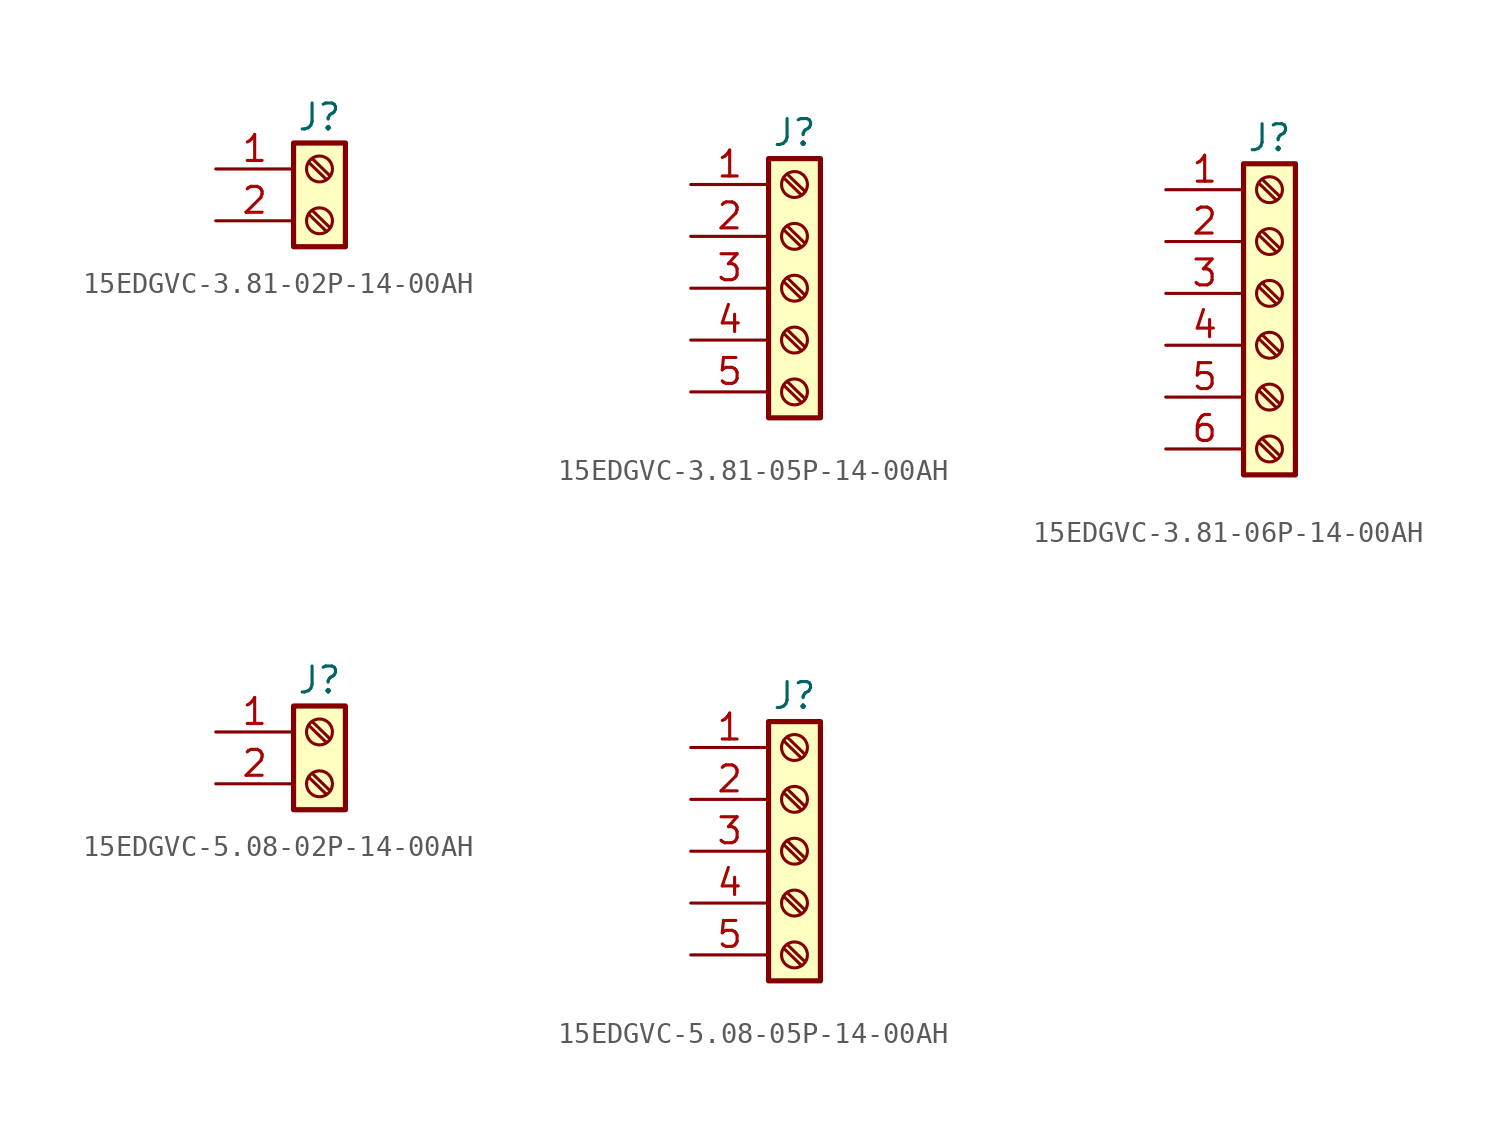
<source format=kicad_sym>
(kicad_symbol_lib
  (version 20220914)
  (generator kicad_symbol_editor)
  (symbol "15EDGVC-3.81-02P-14-00AH"
    (pin_names
      (offset 1.016) hide)
    (property "Reference" "J"
      (at 0 5.08 0)
      (effects (font (size 1.27 1.27))))
    (symbol "15EDGVC-3.81-02P-14-00AH_1_1"
      (rectangle (start -1.27 3.81) (end 1.27 -1.27) (stroke (width 0.254) (type default)) (fill (type background)))
      (polyline (pts (xy -0.533 0.33) (xy 0.33 -0.508)) (stroke (width 0.152) (type default)) (fill (type none)))
      (polyline (pts (xy -0.533 2.87) (xy 0.33 2.032)) (stroke (width 0.152) (type default)) (fill (type none)))
      (polyline (pts (xy -0.356 0.508) (xy 0.508 -0.33)) (stroke (width 0.152) (type default)) (fill (type none)))
      (polyline (pts (xy -0.356 3.048) (xy 0.508 2.21)) (stroke (width 0.152) (type default)) (fill (type none)))
      (circle (center 0 0) (radius 0.635) (stroke (width 0.152) (type default)) (fill (type none)))
      (circle (center 0 2.54) (radius 0.635) (stroke (width 0.152) (type default)) (fill (type none)))
      (pin passive line (at -5.08 2.54 0) (length 3.81) (name "Pin_1" (effects (font (size 1.27 1.27)))) (number "1" (effects (font (size 1.27 1.27)))))
      (pin passive line (at -5.08 0 0) (length 3.81) (name "Pin_2" (effects (font (size 1.27 1.27)))) (number "2" (effects (font (size 1.27 1.27)))))))
  (symbol "15EDGVC-3.81-05P-14-00AH"
    (pin_names
      (offset 1.016) hide)
    (property "Reference" "J"
      (at 0 5.08 0)
      (effects (font (size 1.27 1.27))))
    (symbol "15EDGVC-3.81-05P-14-00AH_1_1"
      (rectangle (start -1.27 3.81) (end 1.27 -8.89) (stroke (width 0.254) (type default)) (fill (type background)))
      (circle (center 0 -7.62) (radius 0.635) (stroke (width 0.152) (type default)) (fill (type none)))
      (circle (center 0 -5.08) (radius 0.635) (stroke (width 0.152) (type default)) (fill (type none)))
      (circle (center 0 -2.54) (radius 0.635) (stroke (width 0.152) (type default)) (fill (type none)))
      (polyline (pts (xy -0.533 -7.29) (xy 0.33 -8.128)) (stroke (width 0.152) (type default)) (fill (type none)))
      (polyline (pts (xy -0.533 -4.75) (xy 0.33 -5.588)) (stroke (width 0.152) (type default)) (fill (type none)))
      (polyline (pts (xy -0.533 -2.21) (xy 0.33 -3.048)) (stroke (width 0.152) (type default)) (fill (type none)))
      (polyline (pts (xy -0.533 0.33) (xy 0.33 -0.508)) (stroke (width 0.152) (type default)) (fill (type none)))
      (polyline (pts (xy -0.533 2.87) (xy 0.33 2.032)) (stroke (width 0.152) (type default)) (fill (type none)))
      (polyline (pts (xy -0.356 -7.112) (xy 0.508 -7.95)) (stroke (width 0.152) (type default)) (fill (type none)))
      (polyline (pts (xy -0.356 -4.572) (xy 0.508 -5.41)) (stroke (width 0.152) (type default)) (fill (type none)))
      (polyline (pts (xy -0.356 -2.032) (xy 0.508 -2.87)) (stroke (width 0.152) (type default)) (fill (type none)))
      (polyline (pts (xy -0.356 0.508) (xy 0.508 -0.33)) (stroke (width 0.152) (type default)) (fill (type none)))
      (polyline (pts (xy -0.356 3.048) (xy 0.508 2.21)) (stroke (width 0.152) (type default)) (fill (type none)))
      (circle (center 0 0) (radius 0.635) (stroke (width 0.152) (type default)) (fill (type none)))
      (circle (center 0 2.54) (radius 0.635) (stroke (width 0.152) (type default)) (fill (type none)))
      (pin passive line (at -5.08 2.54 0) (length 3.81) (name "Pin_1" (effects (font (size 1.27 1.27)))) (number "1" (effects (font (size 1.27 1.27)))))
      (pin passive line (at -5.08 0 0) (length 3.81) (name "Pin_2" (effects (font (size 1.27 1.27)))) (number "2" (effects (font (size 1.27 1.27)))))
      (pin passive line (at -5.08 -2.54 0) (length 3.81) (name "Pin_3" (effects (font (size 1.27 1.27)))) (number "3" (effects (font (size 1.27 1.27)))))
      (pin passive line (at -5.08 -5.08 0) (length 3.81) (name "Pin_4" (effects (font (size 1.27 1.27)))) (number "4" (effects (font (size 1.27 1.27)))))
      (pin passive line (at -5.08 -7.62 0) (length 3.81) (name "Pin_5" (effects (font (size 1.27 1.27)))) (number "5" (effects (font (size 1.27 1.27)))))))
  (symbol "15EDGVC-3.81-06P-14-00AH"
    (pin_names
      (offset 1.016) hide)
    (property "Reference" "J"
      (at 0 5.08 0)
      (effects (font (size 1.27 1.27))))
    (symbol "15EDGVC-3.81-06P-14-00AH_1_1"
      (rectangle (start -1.27 3.81) (end 1.27 -11.43) (stroke (width 0.254) (type default)) (fill (type background)))
      (circle (center 0 -10.16) (radius 0.635) (stroke (width 0.152) (type default)) (fill (type none)))
      (circle (center 0 -7.62) (radius 0.635) (stroke (width 0.152) (type default)) (fill (type none)))
      (circle (center 0 -5.08) (radius 0.635) (stroke (width 0.152) (type default)) (fill (type none)))
      (circle (center 0 -2.54) (radius 0.635) (stroke (width 0.152) (type default)) (fill (type none)))
      (polyline (pts (xy -0.533 -9.83) (xy 0.33 -10.668)) (stroke (width 0.152) (type default)) (fill (type none)))
      (polyline (pts (xy -0.533 -7.29) (xy 0.33 -8.128)) (stroke (width 0.152) (type default)) (fill (type none)))
      (polyline (pts (xy -0.533 -4.75) (xy 0.33 -5.588)) (stroke (width 0.152) (type default)) (fill (type none)))
      (polyline (pts (xy -0.533 -2.21) (xy 0.33 -3.048)) (stroke (width 0.152) (type default)) (fill (type none)))
      (polyline (pts (xy -0.533 0.33) (xy 0.33 -0.508)) (stroke (width 0.152) (type default)) (fill (type none)))
      (polyline (pts (xy -0.533 2.87) (xy 0.33 2.032)) (stroke (width 0.152) (type default)) (fill (type none)))
      (polyline (pts (xy -0.356 -9.652) (xy 0.508 -10.49)) (stroke (width 0.152) (type default)) (fill (type none)))
      (polyline (pts (xy -0.356 -7.112) (xy 0.508 -7.95)) (stroke (width 0.152) (type default)) (fill (type none)))
      (polyline (pts (xy -0.356 -4.572) (xy 0.508 -5.41)) (stroke (width 0.152) (type default)) (fill (type none)))
      (polyline (pts (xy -0.356 -2.032) (xy 0.508 -2.87)) (stroke (width 0.152) (type default)) (fill (type none)))
      (polyline (pts (xy -0.356 0.508) (xy 0.508 -0.33)) (stroke (width 0.152) (type default)) (fill (type none)))
      (polyline (pts (xy -0.356 3.048) (xy 0.508 2.21)) (stroke (width 0.152) (type default)) (fill (type none)))
      (circle (center 0 0) (radius 0.635) (stroke (width 0.152) (type default)) (fill (type none)))
      (circle (center 0 2.54) (radius 0.635) (stroke (width 0.152) (type default)) (fill (type none)))
      (pin passive line (at -5.08 2.54 0) (length 3.81) (name "Pin_1" (effects (font (size 1.27 1.27)))) (number "1" (effects (font (size 1.27 1.27)))))
      (pin passive line (at -5.08 0 0) (length 3.81) (name "Pin_2" (effects (font (size 1.27 1.27)))) (number "2" (effects (font (size 1.27 1.27)))))
      (pin passive line (at -5.08 -2.54 0) (length 3.81) (name "Pin_3" (effects (font (size 1.27 1.27)))) (number "3" (effects (font (size 1.27 1.27)))))
      (pin passive line (at -5.08 -5.08 0) (length 3.81) (name "Pin_4" (effects (font (size 1.27 1.27)))) (number "4" (effects (font (size 1.27 1.27)))))
      (pin passive line (at -5.08 -7.62 0) (length 3.81) (name "Pin_5" (effects (font (size 1.27 1.27)))) (number "5" (effects (font (size 1.27 1.27)))))
      (pin passive line (at -5.08 -10.16 0) (length 3.81) (name "Pin_6" (effects (font (size 1.27 1.27)))) (number "6" (effects (font (size 1.27 1.27)))))))
  (symbol "15EDGVC-5.08-02P-14-00AH"
    (pin_names
      (offset 1.016) hide)
    (property "Reference" "J"
      (at 0 5.08 0)
      (effects (font (size 1.27 1.27))))
    (symbol "15EDGVC-5.08-02P-14-00AH_1_1"
      (rectangle (start -1.27 3.81) (end 1.27 -1.27) (stroke (width 0.254) (type default)) (fill (type background)))
      (polyline (pts (xy -0.533 0.33) (xy 0.33 -0.508)) (stroke (width 0.152) (type default)) (fill (type none)))
      (polyline (pts (xy -0.533 2.87) (xy 0.33 2.032)) (stroke (width 0.152) (type default)) (fill (type none)))
      (polyline (pts (xy -0.356 0.508) (xy 0.508 -0.33)) (stroke (width 0.152) (type default)) (fill (type none)))
      (polyline (pts (xy -0.356 3.048) (xy 0.508 2.21)) (stroke (width 0.152) (type default)) (fill (type none)))
      (circle (center 0 0) (radius 0.635) (stroke (width 0.152) (type default)) (fill (type none)))
      (circle (center 0 2.54) (radius 0.635) (stroke (width 0.152) (type default)) (fill (type none)))
      (pin passive line (at -5.08 2.54 0) (length 3.81) (name "Pin_1" (effects (font (size 1.27 1.27)))) (number "1" (effects (font (size 1.27 1.27)))))
      (pin passive line (at -5.08 0 0) (length 3.81) (name "Pin_2" (effects (font (size 1.27 1.27)))) (number "2" (effects (font (size 1.27 1.27)))))))
  (symbol "15EDGVC-5.08-05P-14-00AH"
    (pin_names
      (offset 1.016) hide)
    (property "Reference" "J"
      (at 0 5.08 0)
      (effects (font (size 1.27 1.27))))
    (symbol "15EDGVC-5.08-05P-14-00AH_1_1"
      (rectangle (start -1.27 3.81) (end 1.27 -8.89) (stroke (width 0.254) (type default)) (fill (type background)))
      (circle (center 0 -7.62) (radius 0.635) (stroke (width 0.152) (type default)) (fill (type none)))
      (circle (center 0 -5.08) (radius 0.635) (stroke (width 0.152) (type default)) (fill (type none)))
      (circle (center 0 -2.54) (radius 0.635) (stroke (width 0.152) (type default)) (fill (type none)))
      (polyline (pts (xy -0.533 -7.29) (xy 0.33 -8.128)) (stroke (width 0.152) (type default)) (fill (type none)))
      (polyline (pts (xy -0.533 -4.75) (xy 0.33 -5.588)) (stroke (width 0.152) (type default)) (fill (type none)))
      (polyline (pts (xy -0.533 -2.21) (xy 0.33 -3.048)) (stroke (width 0.152) (type default)) (fill (type none)))
      (polyline (pts (xy -0.533 0.33) (xy 0.33 -0.508)) (stroke (width 0.152) (type default)) (fill (type none)))
      (polyline (pts (xy -0.533 2.87) (xy 0.33 2.032)) (stroke (width 0.152) (type default)) (fill (type none)))
      (polyline (pts (xy -0.356 -7.112) (xy 0.508 -7.95)) (stroke (width 0.152) (type default)) (fill (type none)))
      (polyline (pts (xy -0.356 -4.572) (xy 0.508 -5.41)) (stroke (width 0.152) (type default)) (fill (type none)))
      (polyline (pts (xy -0.356 -2.032) (xy 0.508 -2.87)) (stroke (width 0.152) (type default)) (fill (type none)))
      (polyline (pts (xy -0.356 0.508) (xy 0.508 -0.33)) (stroke (width 0.152) (type default)) (fill (type none)))
      (polyline (pts (xy -0.356 3.048) (xy 0.508 2.21)) (stroke (width 0.152) (type default)) (fill (type none)))
      (circle (center 0 0) (radius 0.635) (stroke (width 0.152) (type default)) (fill (type none)))
      (circle (center 0 2.54) (radius 0.635) (stroke (width 0.152) (type default)) (fill (type none)))
      (pin passive line (at -5.08 2.54 0) (length 3.81) (name "Pin_1" (effects (font (size 1.27 1.27)))) (number "1" (effects (font (size 1.27 1.27)))))
      (pin passive line (at -5.08 0 0) (length 3.81) (name "Pin_2" (effects (font (size 1.27 1.27)))) (number "2" (effects (font (size 1.27 1.27)))))
      (pin passive line (at -5.08 -2.54 0) (length 3.81) (name "Pin_3" (effects (font (size 1.27 1.27)))) (number "3" (effects (font (size 1.27 1.27)))))
      (pin passive line (at -5.08 -5.08 0) (length 3.81) (name "Pin_4" (effects (font (size 1.27 1.27)))) (number "4" (effects (font (size 1.27 1.27)))))
      (pin passive line (at -5.08 -7.62 0) (length 3.81) (name "Pin_5" (effects (font (size 1.27 1.27)))) (number "5" (effects (font (size 1.27 1.27))))))))
</source>
